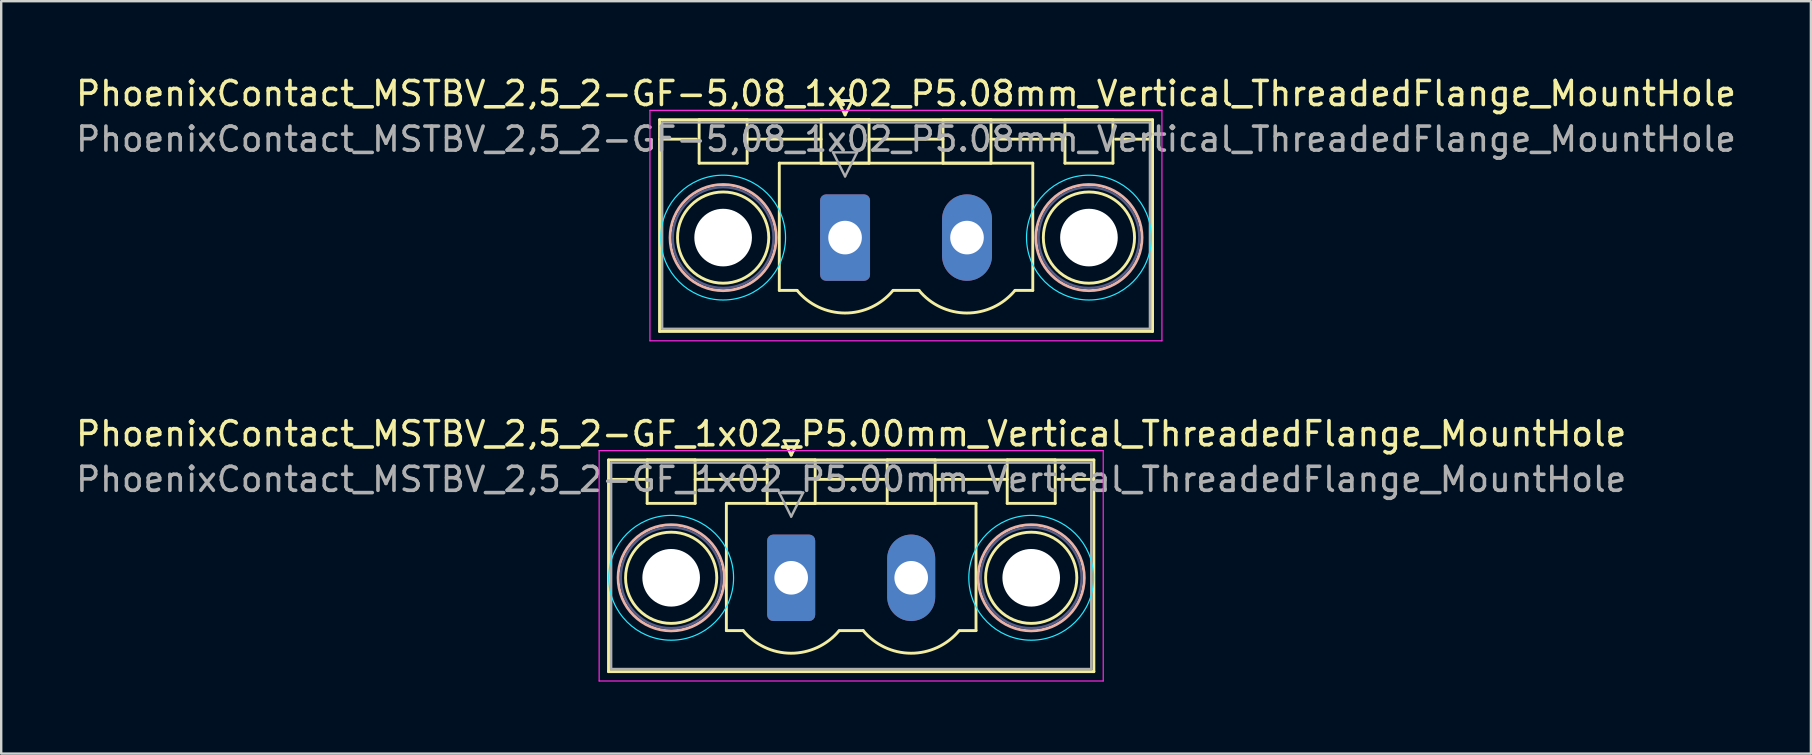
<source format=kicad_pcb>
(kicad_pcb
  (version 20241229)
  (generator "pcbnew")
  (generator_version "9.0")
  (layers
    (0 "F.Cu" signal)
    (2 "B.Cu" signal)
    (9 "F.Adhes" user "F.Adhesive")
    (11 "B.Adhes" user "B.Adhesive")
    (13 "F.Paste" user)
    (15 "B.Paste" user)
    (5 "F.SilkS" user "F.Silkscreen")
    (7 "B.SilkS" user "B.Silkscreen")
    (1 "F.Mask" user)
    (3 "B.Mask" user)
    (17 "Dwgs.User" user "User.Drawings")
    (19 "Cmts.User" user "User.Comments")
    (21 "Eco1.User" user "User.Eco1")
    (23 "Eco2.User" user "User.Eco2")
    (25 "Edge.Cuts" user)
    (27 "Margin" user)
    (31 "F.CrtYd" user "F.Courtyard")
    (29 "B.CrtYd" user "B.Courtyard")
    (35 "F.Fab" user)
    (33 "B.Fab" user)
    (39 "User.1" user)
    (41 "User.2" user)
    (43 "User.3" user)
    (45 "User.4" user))
  (footprint "PhoenixContact_MSTBV_2,5_2-GF_1x02_P5.00mm_Vertical_ThreadedFlange_MountHole"
    (layer "F.Cu")
    (at 29.911 21.021)
    (property "Reference" "PhoenixContact_MSTBV_2,5_2-GF_1x02_P5.00mm_Vertical_ThreadedFlange_MountHole" (at 2.5 -6 0) (layer "F.SilkS") (effects (font (size 1 1) (thickness 0.15))))
    (attr through_hole)
    (fp_line (start -7.61 -4.91) (end -7.61 3.91) (stroke (width 0.12) (type solid)) (layer "F.SilkS"))
    (fp_line (start -7.61 -4.1) (end -6.11 -4.1) (stroke (width 0.12) (type solid)) (layer "F.SilkS"))
    (fp_line (start -7.61 3.91) (end 12.61 3.91) (stroke (width 0.12) (type solid)) (layer "F.SilkS"))
    (fp_line (start -6 -4.91) (end -4 -4.91) (stroke (width 0.12) (type solid)) (layer "F.SilkS"))
    (fp_line (start -6 -3.1) (end -6 -4.91) (stroke (width 0.12) (type solid)) (layer "F.SilkS"))
    (fp_line (start -4 -4.91) (end -4 -3.1) (stroke (width 0.12) (type solid)) (layer "F.SilkS"))
    (fp_line (start -4 -4.1) (end -1 -4.1) (stroke (width 0.12) (type solid)) (layer "F.SilkS"))
    (fp_line (start -4 -3.1) (end -6 -3.1) (stroke (width 0.12) (type solid)) (layer "F.SilkS"))
    (fp_line (start -2.7 -3.1) (end 7.7 -3.1) (stroke (width 0.12) (type solid)) (layer "F.SilkS"))
    (fp_line (start -2.7 2.2) (end -2.7 -3.1) (stroke (width 0.12) (type solid)) (layer "F.SilkS"))
    (fp_line (start -2 2.2) (end -2.7 2.2) (stroke (width 0.12) (type solid)) (layer "F.SilkS"))
    (fp_line (start -1 -4.91) (end 1 -4.91) (stroke (width 0.12) (type solid)) (layer "F.SilkS"))
    (fp_line (start -1 -3.1) (end -1 -4.91) (stroke (width 0.12) (type solid)) (layer "F.SilkS"))
    (fp_line (start -0.3 -5.71) (end 0.3 -5.71) (stroke (width 0.12) (type solid)) (layer "F.SilkS"))
    (fp_line (start 0 -5.11) (end -0.3 -5.71) (stroke (width 0.12) (type solid)) (layer "F.SilkS"))
    (fp_line (start 0.3 -5.71) (end 0 -5.11) (stroke (width 0.12) (type solid)) (layer "F.SilkS"))
    (fp_line (start 1 -4.91) (end 1 -3.1) (stroke (width 0.12) (type solid)) (layer "F.SilkS"))
    (fp_line (start 1 -4.1) (end 4 -4.1) (stroke (width 0.12) (type solid)) (layer "F.SilkS"))
    (fp_line (start 1 -3.1) (end -1 -3.1) (stroke (width 0.12) (type solid)) (layer "F.SilkS"))
    (fp_line (start 2 2.2) (end 3 2.2) (stroke (width 0.12) (type solid)) (layer "F.SilkS"))
    (fp_line (start 4 -4.91) (end 6 -4.91) (stroke (width 0.12) (type solid)) (layer "F.SilkS"))
    (fp_line (start 4 -3.1) (end 4 -4.91) (stroke (width 0.12) (type solid)) (layer "F.SilkS"))
    (fp_line (start 6 -4.91) (end 6 -3.1) (stroke (width 0.12) (type solid)) (layer "F.SilkS"))
    (fp_line (start 6 -4.1) (end 9 -4.1) (stroke (width 0.12) (type solid)) (layer "F.SilkS"))
    (fp_line (start 6 -3.1) (end 4 -3.1) (stroke (width 0.12) (type solid)) (layer "F.SilkS"))
    (fp_line (start 7.7 -3.1) (end 7.7 2.2) (stroke (width 0.12) (type solid)) (layer "F.SilkS"))
    (fp_line (start 7.7 2.2) (end 7 2.2) (stroke (width 0.12) (type solid)) (layer "F.SilkS"))
    (fp_line (start 9 -4.91) (end 11 -4.91) (stroke (width 0.12) (type solid)) (layer "F.SilkS"))
    (fp_line (start 9 -3.1) (end 9 -4.91) (stroke (width 0.12) (type solid)) (layer "F.SilkS"))
    (fp_line (start 11 -4.91) (end 11 -3.1) (stroke (width 0.12) (type solid)) (layer "F.SilkS"))
    (fp_line (start 11 -3.1) (end 9 -3.1) (stroke (width 0.12) (type solid)) (layer "F.SilkS"))
    (fp_line (start 12.61 -4.91) (end -7.61 -4.91) (stroke (width 0.12) (type solid)) (layer "F.SilkS"))
    (fp_line (start 12.61 -4.1) (end 11.11 -4.1) (stroke (width 0.12) (type solid)) (layer "F.SilkS"))
    (fp_line (start 12.61 3.91) (end 12.61 -4.91) (stroke (width 0.12) (type solid)) (layer "F.SilkS"))
    (fp_arc (start 1.986842 2.215821) (mid -0.010289 3.142758) (end -2 2.2) (stroke (width 0.12) (type solid)) (layer "F.SilkS"))
    (fp_arc (start 6.986842 2.215821) (mid 4.989711 3.142758) (end 3 2.2) (stroke (width 0.12) (type solid)) (layer "F.SilkS"))
    (fp_circle (center -5 0) (end -3.1 0) (stroke (width 0.12) (type solid)) (fill no) (layer "F.SilkS"))
    (fp_circle (center 10 0) (end 11.9 0) (stroke (width 0.12) (type solid)) (fill no) (layer "F.SilkS"))
    (fp_circle (center -5 0) (end -2.79 0) (stroke (width 0.12) (type solid)) (fill no) (layer "B.SilkS"))
    (fp_circle (center 10 0) (end 12.21 0) (stroke (width 0.12) (type solid)) (fill no) (layer "B.SilkS"))
    (fp_circle (center -5 0) (end -2.4 0) (stroke (width 0.05) (type solid)) (fill no) (layer "B.CrtYd"))
    (fp_circle (center 10 0) (end 12.6 0) (stroke (width 0.05) (type solid)) (fill no) (layer "B.CrtYd"))
    (fp_line (start -8 -5.3) (end -8 4.3) (stroke (width 0.05) (type solid)) (layer "F.CrtYd"))
    (fp_line (start -8 4.3) (end 13 4.3) (stroke (width 0.05) (type solid)) (layer "F.CrtYd"))
    (fp_line (start 13 -5.3) (end -8 -5.3) (stroke (width 0.05) (type solid)) (layer "F.CrtYd"))
    (fp_line (start 13 4.3) (end 13 -5.3) (stroke (width 0.05) (type solid)) (layer "F.CrtYd"))
    (fp_circle (center -5 0) (end -2.9 0) (stroke (width 0.1) (type solid)) (fill no) (layer "B.Fab"))
    (fp_circle (center 10 0) (end 12.1 0) (stroke (width 0.1) (type solid)) (fill no) (layer "B.Fab"))
    (fp_line (start -7.5 -4.8) (end -7.5 3.8) (stroke (width 0.1) (type solid)) (layer "F.Fab"))
    (fp_line (start -7.5 3.8) (end 12.5 3.8) (stroke (width 0.1) (type solid)) (layer "F.Fab"))
    (fp_line (start -0.5 -3.55) (end 0.5 -3.55) (stroke (width 0.1) (type solid)) (layer "F.Fab"))
    (fp_line (start 0 -2.55) (end -0.5 -3.55) (stroke (width 0.1) (type solid)) (layer "F.Fab"))
    (fp_line (start 0.5 -3.55) (end 0 -2.55) (stroke (width 0.1) (type solid)) (layer "F.Fab"))
    (fp_line (start 12.5 -4.8) (end -7.5 -4.8) (stroke (width 0.1) (type solid)) (layer "F.Fab"))
    (fp_line (start 12.5 3.8) (end 12.5 -4.8) (stroke (width 0.1) (type solid)) (layer "F.Fab"))
    (fp_text user "${REFERENCE}" (at 2.5 -4.1 0) (layer "F.Fab") (effects (font (size 1 1) (thickness 0.15))))
    (pad "" np_thru_hole circle (at -5 0) (size 2.4 2.4) (drill 2.4) (layers "*.Cu" "*.Mask"))
    (pad "" np_thru_hole circle (at 10 0) (size 2.4 2.4) (drill 2.4) (layers "*.Cu" "*.Mask"))
    (pad "1" thru_hole roundrect (at 0 0) (size 2 3.6) (drill 1.4) (layers "*.Cu" "*.Mask") (roundrect_rratio 0.125))
    (pad "2" thru_hole oval (at 5 0) (size 2 3.6) (drill 1.4) (layers "*.Cu" "*.Mask")))
  (footprint "PhoenixContact_MSTBV_2,5_2-GF-5,08_1x02_P5.08mm_Vertical_ThreadedFlange_MountHole"
    (layer "F.Cu")
    (at 32.156 6.848)
    (property "Reference" "PhoenixContact_MSTBV_2,5_2-GF-5,08_1x02_P5.08mm_Vertical_ThreadedFlange_MountHole" (at 2.54 -6 0) (layer "F.SilkS") (effects (font (size 1 1) (thickness 0.15))))
    (attr through_hole)
    (fp_line (start -7.73 -4.91) (end -7.73 3.91) (stroke (width 0.12) (type solid)) (layer "F.SilkS"))
    (fp_line (start -7.73 -4.1) (end -6.19 -4.1) (stroke (width 0.12) (type solid)) (layer "F.SilkS"))
    (fp_line (start -7.73 3.91) (end 12.81 3.91) (stroke (width 0.12) (type solid)) (layer "F.SilkS"))
    (fp_line (start -6.08 -4.91) (end -4.08 -4.91) (stroke (width 0.12) (type solid)) (layer "F.SilkS"))
    (fp_line (start -6.08 -3.1) (end -6.08 -4.91) (stroke (width 0.12) (type solid)) (layer "F.SilkS"))
    (fp_line (start -4.08 -4.91) (end -4.08 -3.1) (stroke (width 0.12) (type solid)) (layer "F.SilkS"))
    (fp_line (start -4.08 -4.1) (end -1 -4.1) (stroke (width 0.12) (type solid)) (layer "F.SilkS"))
    (fp_line (start -4.08 -3.1) (end -6.08 -3.1) (stroke (width 0.12) (type solid)) (layer "F.SilkS"))
    (fp_line (start -2.74 -3.1) (end 7.82 -3.1) (stroke (width 0.12) (type solid)) (layer "F.SilkS"))
    (fp_line (start -2.74 2.2) (end -2.74 -3.1) (stroke (width 0.12) (type solid)) (layer "F.SilkS"))
    (fp_line (start -2 2.2) (end -2.74 2.2) (stroke (width 0.12) (type solid)) (layer "F.SilkS"))
    (fp_line (start -1 -4.91) (end 1 -4.91) (stroke (width 0.12) (type solid)) (layer "F.SilkS"))
    (fp_line (start -1 -3.1) (end -1 -4.91) (stroke (width 0.12) (type solid)) (layer "F.SilkS"))
    (fp_line (start -0.3 -5.71) (end 0.3 -5.71) (stroke (width 0.12) (type solid)) (layer "F.SilkS"))
    (fp_line (start 0 -5.11) (end -0.3 -5.71) (stroke (width 0.12) (type solid)) (layer "F.SilkS"))
    (fp_line (start 0.3 -5.71) (end 0 -5.11) (stroke (width 0.12) (type solid)) (layer "F.SilkS"))
    (fp_line (start 1 -4.91) (end 1 -3.1) (stroke (width 0.12) (type solid)) (layer "F.SilkS"))
    (fp_line (start 1 -4.1) (end 4.08 -4.1) (stroke (width 0.12) (type solid)) (layer "F.SilkS"))
    (fp_line (start 1 -3.1) (end -1 -3.1) (stroke (width 0.12) (type solid)) (layer "F.SilkS"))
    (fp_line (start 2 2.2) (end 3.08 2.2) (stroke (width 0.12) (type solid)) (layer "F.SilkS"))
    (fp_line (start 4.08 -4.91) (end 6.08 -4.91) (stroke (width 0.12) (type solid)) (layer "F.SilkS"))
    (fp_line (start 4.08 -3.1) (end 4.08 -4.91) (stroke (width 0.12) (type solid)) (layer "F.SilkS"))
    (fp_line (start 6.08 -4.91) (end 6.08 -3.1) (stroke (width 0.12) (type solid)) (layer "F.SilkS"))
    (fp_line (start 6.08 -4.1) (end 9.16 -4.1) (stroke (width 0.12) (type solid)) (layer "F.SilkS"))
    (fp_line (start 6.08 -3.1) (end 4.08 -3.1) (stroke (width 0.12) (type solid)) (layer "F.SilkS"))
    (fp_line (start 7.82 -3.1) (end 7.82 2.2) (stroke (width 0.12) (type solid)) (layer "F.SilkS"))
    (fp_line (start 7.82 2.2) (end 7.08 2.2) (stroke (width 0.12) (type solid)) (layer "F.SilkS"))
    (fp_line (start 9.16 -4.91) (end 11.16 -4.91) (stroke (width 0.12) (type solid)) (layer "F.SilkS"))
    (fp_line (start 9.16 -3.1) (end 9.16 -4.91) (stroke (width 0.12) (type solid)) (layer "F.SilkS"))
    (fp_line (start 11.16 -4.91) (end 11.16 -3.1) (stroke (width 0.12) (type solid)) (layer "F.SilkS"))
    (fp_line (start 11.16 -3.1) (end 9.16 -3.1) (stroke (width 0.12) (type solid)) (layer "F.SilkS"))
    (fp_line (start 12.81 -4.91) (end -7.73 -4.91) (stroke (width 0.12) (type solid)) (layer "F.SilkS"))
    (fp_line (start 12.81 -4.1) (end 11.27 -4.1) (stroke (width 0.12) (type solid)) (layer "F.SilkS"))
    (fp_line (start 12.81 3.91) (end 12.81 -4.91) (stroke (width 0.12) (type solid)) (layer "F.SilkS"))
    (fp_arc (start 1.986842 2.215821) (mid -0.010289 3.142758) (end -2 2.2) (stroke (width 0.12) (type solid)) (layer "F.SilkS"))
    (fp_arc (start 7.066842 2.215821) (mid 5.069711 3.142758) (end 3.08 2.2) (stroke (width 0.12) (type solid)) (layer "F.SilkS"))
    (fp_circle (center -5.08 0) (end -3.18 0) (stroke (width 0.12) (type solid)) (fill no) (layer "F.SilkS"))
    (fp_circle (center 10.16 0) (end 12.06 0) (stroke (width 0.12) (type solid)) (fill no) (layer "F.SilkS"))
    (fp_circle (center -5.08 0) (end -2.87 0) (stroke (width 0.12) (type solid)) (fill no) (layer "B.SilkS"))
    (fp_circle (center 10.16 0) (end 12.37 0) (stroke (width 0.12) (type solid)) (fill no) (layer "B.SilkS"))
    (fp_circle (center -5.08 0) (end -2.48 0) (stroke (width 0.05) (type solid)) (fill no) (layer "B.CrtYd"))
    (fp_circle (center 10.16 0) (end 12.76 0) (stroke (width 0.05) (type solid)) (fill no) (layer "B.CrtYd"))
    (fp_line (start -8.13 -5.3) (end -8.13 4.3) (stroke (width 0.05) (type solid)) (layer "F.CrtYd"))
    (fp_line (start -8.13 4.3) (end 13.2 4.3) (stroke (width 0.05) (type solid)) (layer "F.CrtYd"))
    (fp_line (start 13.2 -5.3) (end -8.13 -5.3) (stroke (width 0.05) (type solid)) (layer "F.CrtYd"))
    (fp_line (start 13.2 4.3) (end 13.2 -5.3) (stroke (width 0.05) (type solid)) (layer "F.CrtYd"))
    (fp_circle (center -5.08 0) (end -2.98 0) (stroke (width 0.1) (type solid)) (fill no) (layer "B.Fab"))
    (fp_circle (center 10.16 0) (end 12.26 0) (stroke (width 0.1) (type solid)) (fill no) (layer "B.Fab"))
    (fp_line (start -7.62 -4.8) (end -7.62 3.8) (stroke (width 0.1) (type solid)) (layer "F.Fab"))
    (fp_line (start -7.62 3.8) (end 12.7 3.8) (stroke (width 0.1) (type solid)) (layer "F.Fab"))
    (fp_line (start -0.5 -3.55) (end 0.5 -3.55) (stroke (width 0.1) (type solid)) (layer "F.Fab"))
    (fp_line (start 0 -2.55) (end -0.5 -3.55) (stroke (width 0.1) (type solid)) (layer "F.Fab"))
    (fp_line (start 0.5 -3.55) (end 0 -2.55) (stroke (width 0.1) (type solid)) (layer "F.Fab"))
    (fp_line (start 12.7 -4.8) (end -7.62 -4.8) (stroke (width 0.1) (type solid)) (layer "F.Fab"))
    (fp_line (start 12.7 3.8) (end 12.7 -4.8) (stroke (width 0.1) (type solid)) (layer "F.Fab"))
    (fp_text user "${REFERENCE}" (at 2.54 -4.1 0) (layer "F.Fab") (effects (font (size 1 1) (thickness 0.15))))
    (pad "" np_thru_hole circle (at -5.08 0) (size 2.4 2.4) (drill 2.4) (layers "*.Cu" "*.Mask"))
    (pad "" np_thru_hole circle (at 10.16 0) (size 2.4 2.4) (drill 2.4) (layers "*.Cu" "*.Mask"))
    (pad "1" thru_hole roundrect (at 0 0) (size 2.08 3.6) (drill 1.4) (layers "*.Cu" "*.Mask") (roundrect_rratio 0.12))
    (pad "2" thru_hole oval (at 5.08 0) (size 2.08 3.6) (drill 1.4) (layers "*.Cu" "*.Mask")))
  (gr_rect
    (start -3 -3)
    (end 72.393 28.346)
    (stroke (width 0.1) (type default))
    (fill no)
    (layer "Edge.Cuts")))
</source>
